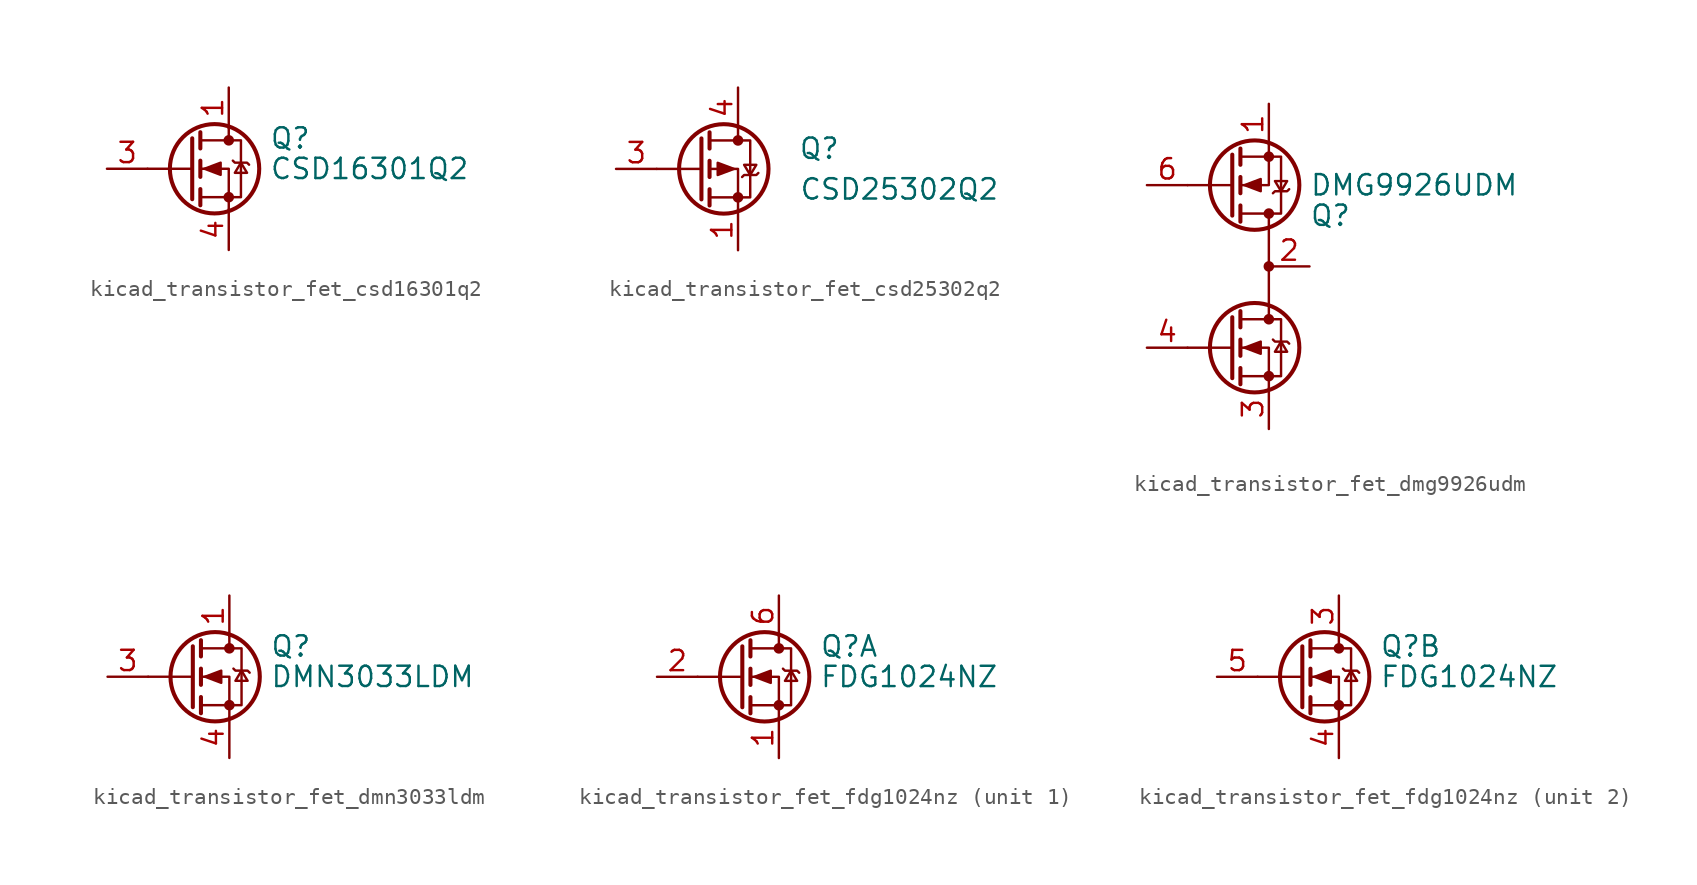
<source format=kicad_sym>
(kicad_symbol_lib
  (version 20220914)
  (generator kicad_symbol_editor)
  (symbol "kicad_transistor_fet_csd16301q2"
    (pin_names hide)
    (property "Reference" "Q"
      (at 5.08 1.905 0)
      (effects (font (size 1.27 1.27)) (justify left)))
    (property "Value" "CSD16301Q2"
      (at 5.08 0 0)
      (effects (font (size 1.27 1.27)) (justify left)))
    (symbol "kicad_transistor_fet_csd16301q2_0_1"
      (polyline (pts (xy 0.254 0) (xy -2.54 0)) (stroke (width 0) (type default)) (fill (type none)))
      (polyline (pts (xy 0.254 1.905) (xy 0.254 -1.905)) (stroke (width 0.254) (type default)) (fill (type none)))
      (polyline (pts (xy 0.762 -1.27) (xy 0.762 -2.286)) (stroke (width 0.254) (type default)) (fill (type none)))
      (polyline (pts (xy 0.762 0.508) (xy 0.762 -0.508)) (stroke (width 0.254) (type default)) (fill (type none)))
      (polyline (pts (xy 0.762 2.286) (xy 0.762 1.27)) (stroke (width 0.254) (type default)) (fill (type none)))
      (polyline (pts (xy 2.54 2.54) (xy 2.54 1.778)) (stroke (width 0) (type default)) (fill (type none)))
      (polyline (pts (xy 2.54 -2.54) (xy 2.54 0) (xy 0.762 0)) (stroke (width 0) (type default)) (fill (type none)))
      (polyline (pts (xy 0.762 -1.778) (xy 3.302 -1.778) (xy 3.302 1.778) (xy 0.762 1.778)) (stroke (width 0) (type default)) (fill (type none)))
      (polyline (pts (xy 1.016 0) (xy 2.032 0.381) (xy 2.032 -0.381) (xy 1.016 0)) (stroke (width 0) (type default)) (fill (type outline)))
      (polyline (pts (xy 2.794 0.508) (xy 2.921 0.381) (xy 3.683 0.381) (xy 3.81 0.254)) (stroke (width 0) (type default)) (fill (type none)))
      (polyline (pts (xy 3.302 0.381) (xy 2.921 -0.254) (xy 3.683 -0.254) (xy 3.302 0.381)) (stroke (width 0) (type default)) (fill (type none)))
      (circle (center 1.651 0) (radius 2.794) (stroke (width 0.254) (type default)) (fill (type none)))
      (circle (center 2.54 -1.778) (radius 0.254) (stroke (width 0) (type default)) (fill (type outline)))
      (circle (center 2.54 1.778) (radius 0.254) (stroke (width 0) (type default)) (fill (type outline))))
    (symbol "kicad_transistor_fet_csd16301q2_1_1"
      (pin passive line (at 2.54 5.08 270) (length 2.54) (name "D" (effects (font (size 1.27 1.27)))) (number "1" (effects (font (size 1.27 1.27)))))
      (pin passive line (at 2.54 5.08 270) (length 2.54) hide (name "D" (effects (font (size 1.27 1.27)))) (number "2" (effects (font (size 1.27 1.27)))))
      (pin passive line (at -5.08 0 0) (length 2.54) (name "G" (effects (font (size 1.27 1.27)))) (number "3" (effects (font (size 1.27 1.27)))))
      (pin passive line (at 2.54 -5.08 90) (length 2.54) (name "S" (effects (font (size 1.27 1.27)))) (number "4" (effects (font (size 1.27 1.27)))))
      (pin passive line (at 2.54 5.08 270) (length 2.54) hide (name "D" (effects (font (size 1.27 1.27)))) (number "5" (effects (font (size 1.27 1.27)))))
      (pin passive line (at 2.54 5.08 270) (length 2.54) hide (name "D" (effects (font (size 1.27 1.27)))) (number "6" (effects (font (size 1.27 1.27)))))
      (pin passive line (at 2.54 -5.08 90) (length 2.54) hide (name "S" (effects (font (size 1.27 1.27)))) (number "7" (effects (font (size 1.27 1.27)))))
      (pin passive line (at 2.54 5.08 270) (length 2.54) hide (name "D" (effects (font (size 1.27 1.27)))) (number "8" (effects (font (size 1.27 1.27)))))))
  (symbol "kicad_transistor_fet_csd25302q2"
    (pin_names hide)
    (property "Reference" "Q"
      (at 5.08 1.27 0)
      (effects (font (size 1.27 1.27))))
    (property "Value" "CSD25302Q2"
      (at 3.81 -1.27 0)
      (effects (font (size 1.27 1.27)) (justify left)))
    (symbol "kicad_transistor_fet_csd25302q2_0_1"
      (circle (center -0.889 0) (radius 2.794) (stroke (width 0.254) (type default)) (fill (type none)))
      (circle (center 0 -1.778) (radius 0.254) (stroke (width 0) (type default)) (fill (type outline)))
      (polyline (pts (xy -2.286 0) (xy -5.08 0)) (stroke (width 0) (type default)) (fill (type none)))
      (polyline (pts (xy -2.286 1.905) (xy -2.286 -1.905)) (stroke (width 0.254) (type default)) (fill (type none)))
      (polyline (pts (xy -1.778 -1.27) (xy -1.778 -2.286)) (stroke (width 0.254) (type default)) (fill (type none)))
      (polyline (pts (xy -1.778 0.508) (xy -1.778 -0.508)) (stroke (width 0.254) (type default)) (fill (type none)))
      (polyline (pts (xy -1.778 2.286) (xy -1.778 1.27)) (stroke (width 0.254) (type default)) (fill (type none)))
      (polyline (pts (xy 0 2.54) (xy 0 1.778)) (stroke (width 0) (type default)) (fill (type none)))
      (polyline (pts (xy 0 -2.54) (xy 0 0) (xy -1.778 0)) (stroke (width 0) (type default)) (fill (type none)))
      (polyline (pts (xy -1.778 1.778) (xy 0.762 1.778) (xy 0.762 -1.778) (xy -1.778 -1.778)) (stroke (width 0) (type default)) (fill (type none)))
      (polyline (pts (xy -0.254 0) (xy -1.27 0.381) (xy -1.27 -0.381) (xy -0.254 0)) (stroke (width 0) (type default)) (fill (type outline)))
      (polyline (pts (xy 0.254 -0.508) (xy 0.381 -0.381) (xy 1.143 -0.381) (xy 1.27 -0.254)) (stroke (width 0) (type default)) (fill (type none)))
      (polyline (pts (xy 0.762 -0.381) (xy 0.381 0.254) (xy 1.143 0.254) (xy 0.762 -0.381)) (stroke (width 0) (type default)) (fill (type none)))
      (circle (center 0 1.778) (radius 0.254) (stroke (width 0) (type default)) (fill (type outline))))
    (symbol "kicad_transistor_fet_csd25302q2_1_1"
      (pin passive line (at 0 -5.08 90) (length 2.54) (name "S" (effects (font (size 1.27 1.27)))) (number "1" (effects (font (size 1.27 1.27)))))
      (pin passive line (at 0 -5.08 90) (length 2.54) hide (name "S" (effects (font (size 1.27 1.27)))) (number "2" (effects (font (size 1.27 1.27)))))
      (pin passive line (at -7.62 0 0) (length 2.54) (name "G" (effects (font (size 1.27 1.27)))) (number "3" (effects (font (size 1.27 1.27)))))
      (pin passive line (at 0 5.08 270) (length 2.54) (name "D" (effects (font (size 1.27 1.27)))) (number "4" (effects (font (size 1.27 1.27)))))
      (pin passive line (at 0 -5.08 90) (length 2.54) hide (name "S" (effects (font (size 1.27 1.27)))) (number "5" (effects (font (size 1.27 1.27)))))
      (pin passive line (at 0 -5.08 90) (length 2.54) hide (name "S" (effects (font (size 1.27 1.27)))) (number "6" (effects (font (size 1.27 1.27)))))
      (pin passive line (at 0 5.08 270) (length 2.54) hide (name "D" (effects (font (size 1.27 1.27)))) (number "7" (effects (font (size 1.27 1.27)))))
      (pin passive line (at 0 -5.08 90) (length 2.54) hide (name "S" (effects (font (size 1.27 1.27)))) (number "8" (effects (font (size 1.27 1.27)))))))
  (symbol "kicad_transistor_fet_dmg9926udm"
    (pin_names hide)
    (property "Reference" "Q"
      (at 2.54 3.175 0)
      (effects (font (size 1.27 1.27)) (justify left)))
    (property "Value" "DMG9926UDM"
      (at 2.54 5.08 0)
      (effects (font (size 1.27 1.27)) (justify left)))
    (symbol "kicad_transistor_fet_dmg9926udm_0_1"
      (circle (center -0.889 5.08) (radius 2.794) (stroke (width 0.254) (type default)) (fill (type none)))
      (polyline (pts (xy -2.286 3.175) (xy -2.286 6.985)) (stroke (width 0.254) (type default)) (fill (type none)))
      (polyline (pts (xy -2.286 5.08) (xy -5.08 5.08)) (stroke (width 0) (type default)) (fill (type none)))
      (polyline (pts (xy -1.778 2.794) (xy -1.778 3.81)) (stroke (width 0.254) (type default)) (fill (type none)))
      (polyline (pts (xy -1.778 4.572) (xy -1.778 5.588)) (stroke (width 0.254) (type default)) (fill (type none)))
      (polyline (pts (xy -1.778 6.35) (xy -1.778 7.366)) (stroke (width 0.254) (type default)) (fill (type none)))
      (polyline (pts (xy 0 -3.302) (xy 0 3.302)) (stroke (width 0) (type default)) (fill (type none)))
      (polyline (pts (xy 0 7.62) (xy 0 5.08) (xy -1.778 5.08)) (stroke (width 0) (type default)) (fill (type none)))
      (polyline (pts (xy -1.778 6.858) (xy 0.762 6.858) (xy 0.762 3.302) (xy -1.778 3.302)) (stroke (width 0) (type default)) (fill (type none)))
      (polyline (pts (xy -1.524 5.08) (xy -0.508 4.699) (xy -0.508 5.461) (xy -1.524 5.08)) (stroke (width 0) (type default)) (fill (type outline)))
      (polyline (pts (xy 0.254 4.572) (xy 0.381 4.699) (xy 1.143 4.699) (xy 1.27 4.826)) (stroke (width 0) (type default)) (fill (type none)))
      (polyline (pts (xy 0.762 4.699) (xy 0.381 5.334) (xy 1.143 5.334) (xy 0.762 4.699)) (stroke (width 0) (type default)) (fill (type none)))
      (circle (center 0 3.302) (radius 0.254) (stroke (width 0) (type default)) (fill (type outline)))
      (circle (center 0 6.858) (radius 0.254) (stroke (width 0) (type default)) (fill (type outline))))
    (symbol "kicad_transistor_fet_dmg9926udm_1_1"
      (circle (center -0.889 -5.08) (radius 2.794) (stroke (width 0.254) (type default)) (fill (type none)))
      (circle (center 0 -6.858) (radius 0.254) (stroke (width 0) (type default)) (fill (type outline)))
      (circle (center 0 -3.302) (radius 0.254) (stroke (width 0) (type default)) (fill (type outline)))
      (polyline (pts (xy -2.286 -5.08) (xy -5.08 -5.08)) (stroke (width 0) (type default)) (fill (type none)))
      (polyline (pts (xy -2.286 -3.175) (xy -2.286 -6.985)) (stroke (width 0.254) (type default)) (fill (type none)))
      (polyline (pts (xy -1.778 -6.35) (xy -1.778 -7.366)) (stroke (width 0.254) (type default)) (fill (type none)))
      (polyline (pts (xy -1.778 -4.572) (xy -1.778 -5.588)) (stroke (width 0.254) (type default)) (fill (type none)))
      (polyline (pts (xy -1.778 -2.794) (xy -1.778 -3.81)) (stroke (width 0.254) (type default)) (fill (type none)))
      (polyline (pts (xy 0 -7.62) (xy 0 -5.08) (xy -1.778 -5.08)) (stroke (width 0) (type default)) (fill (type none)))
      (polyline (pts (xy -1.778 -6.858) (xy 0.762 -6.858) (xy 0.762 -3.302) (xy -1.778 -3.302)) (stroke (width 0) (type default)) (fill (type none)))
      (polyline (pts (xy -1.524 -5.08) (xy -0.508 -4.699) (xy -0.508 -5.461) (xy -1.524 -5.08)) (stroke (width 0) (type default)) (fill (type outline)))
      (polyline (pts (xy 0.254 -4.572) (xy 0.381 -4.699) (xy 1.143 -4.699) (xy 1.27 -4.826)) (stroke (width 0) (type default)) (fill (type none)))
      (polyline (pts (xy 0.762 -4.699) (xy 0.381 -5.334) (xy 1.143 -5.334) (xy 0.762 -4.699)) (stroke (width 0) (type default)) (fill (type none)))
      (circle (center 0 0) (radius 0.254) (stroke (width 0) (type default)) (fill (type outline)))
      (pin passive line (at 0 10.16 270) (length 2.54) (name "D1" (effects (font (size 1.27 1.27)))) (number "1" (effects (font (size 1.27 1.27)))))
      (pin passive line (at 2.54 0 180) (length 2.54) (name "S1/D2" (effects (font (size 1.27 1.27)))) (number "2" (effects (font (size 1.27 1.27)))))
      (pin passive line (at 0 -10.16 90) (length 2.54) (name "S2" (effects (font (size 1.27 1.27)))) (number "3" (effects (font (size 1.27 1.27)))))
      (pin input line (at -7.62 -5.08 0) (length 2.54) (name "G2" (effects (font (size 1.27 1.27)))) (number "4" (effects (font (size 1.27 1.27)))))
      (pin passive line (at 2.54 0 180) (length 2.54) hide (name "S1/D2" (effects (font (size 1.27 1.27)))) (number "5" (effects (font (size 1.27 1.27)))))
      (pin input line (at -7.62 5.08 0) (length 2.54) (name "G1" (effects (font (size 1.27 1.27)))) (number "6" (effects (font (size 1.27 1.27)))))))
  (symbol "kicad_transistor_fet_dmn3033ldm"
    (pin_names hide)
    (property "Reference" "Q"
      (at 5.08 1.905 0)
      (effects (font (size 1.27 1.27)) (justify left)))
    (property "Value" "DMN3033LDM"
      (at 5.08 0 0)
      (effects (font (size 1.27 1.27)) (justify left)))
    (symbol "kicad_transistor_fet_dmn3033ldm_0_1"
      (polyline (pts (xy 0.254 0) (xy -2.54 0)) (stroke (width 0) (type default)) (fill (type none)))
      (polyline (pts (xy 0.254 1.905) (xy 0.254 -1.905)) (stroke (width 0.254) (type default)) (fill (type none)))
      (polyline (pts (xy 0.762 -1.27) (xy 0.762 -2.286)) (stroke (width 0.254) (type default)) (fill (type none)))
      (polyline (pts (xy 0.762 0.508) (xy 0.762 -0.508)) (stroke (width 0.254) (type default)) (fill (type none)))
      (polyline (pts (xy 0.762 2.286) (xy 0.762 1.27)) (stroke (width 0.254) (type default)) (fill (type none)))
      (polyline (pts (xy 2.54 2.54) (xy 2.54 1.778)) (stroke (width 0) (type default)) (fill (type none)))
      (polyline (pts (xy 2.54 -2.54) (xy 2.54 0) (xy 0.762 0)) (stroke (width 0) (type default)) (fill (type none)))
      (polyline (pts (xy 0.762 -1.778) (xy 3.302 -1.778) (xy 3.302 1.778) (xy 0.762 1.778)) (stroke (width 0) (type default)) (fill (type none)))
      (polyline (pts (xy 1.016 0) (xy 2.032 0.381) (xy 2.032 -0.381) (xy 1.016 0)) (stroke (width 0) (type default)) (fill (type outline)))
      (polyline (pts (xy 2.794 0.508) (xy 2.921 0.381) (xy 3.683 0.381) (xy 3.81 0.254)) (stroke (width 0) (type default)) (fill (type none)))
      (polyline (pts (xy 3.302 0.381) (xy 2.921 -0.254) (xy 3.683 -0.254) (xy 3.302 0.381)) (stroke (width 0) (type default)) (fill (type none)))
      (circle (center 1.651 0) (radius 2.794) (stroke (width 0.254) (type default)) (fill (type none)))
      (circle (center 2.54 -1.778) (radius 0.254) (stroke (width 0) (type default)) (fill (type outline)))
      (circle (center 2.54 1.778) (radius 0.254) (stroke (width 0) (type default)) (fill (type outline))))
    (symbol "kicad_transistor_fet_dmn3033ldm_1_1"
      (pin passive line (at 2.54 5.08 270) (length 2.54) (name "D" (effects (font (size 1.27 1.27)))) (number "1" (effects (font (size 1.27 1.27)))))
      (pin passive line (at 2.54 5.08 270) (length 2.54) hide (name "D" (effects (font (size 1.27 1.27)))) (number "2" (effects (font (size 1.27 1.27)))))
      (pin input line (at -5.08 0 0) (length 2.54) (name "G" (effects (font (size 1.27 1.27)))) (number "3" (effects (font (size 1.27 1.27)))))
      (pin passive line (at 2.54 -5.08 90) (length 2.54) (name "S" (effects (font (size 1.27 1.27)))) (number "4" (effects (font (size 1.27 1.27)))))
      (pin passive line (at 2.54 5.08 270) (length 2.54) hide (name "D" (effects (font (size 1.27 1.27)))) (number "5" (effects (font (size 1.27 1.27)))))
      (pin passive line (at 2.54 5.08 270) (length 2.54) hide (name "D" (effects (font (size 1.27 1.27)))) (number "6" (effects (font (size 1.27 1.27)))))))
  (symbol "kicad_transistor_fet_fdg1024nz"
    (pin_names hide)
    (property "Reference" "Q"
      (at 5.08 1.905 0)
      (effects (font (size 1.27 1.27)) (justify left)))
    (property "Value" "FDG1024NZ"
      (at 5.08 0 0)
      (effects (font (size 1.27 1.27)) (justify left)))
    (symbol "kicad_transistor_fet_fdg1024nz_0_1"
      (polyline (pts (xy 0.254 0) (xy -2.54 0)) (stroke (width 0) (type default)) (fill (type none)))
      (polyline (pts (xy 0.254 1.905) (xy 0.254 -1.905)) (stroke (width 0.254) (type default)) (fill (type none)))
      (polyline (pts (xy 0.762 -1.27) (xy 0.762 -2.286)) (stroke (width 0.254) (type default)) (fill (type none)))
      (polyline (pts (xy 0.762 0.508) (xy 0.762 -0.508)) (stroke (width 0.254) (type default)) (fill (type none)))
      (polyline (pts (xy 0.762 2.286) (xy 0.762 1.27)) (stroke (width 0.254) (type default)) (fill (type none)))
      (polyline (pts (xy 2.54 2.54) (xy 2.54 1.778)) (stroke (width 0) (type default)) (fill (type none)))
      (polyline (pts (xy 2.54 -2.54) (xy 2.54 0) (xy 0.762 0)) (stroke (width 0) (type default)) (fill (type none)))
      (polyline (pts (xy 0.762 -1.778) (xy 3.302 -1.778) (xy 3.302 1.778) (xy 0.762 1.778)) (stroke (width 0) (type default)) (fill (type none)))
      (polyline (pts (xy 1.016 0) (xy 2.032 0.381) (xy 2.032 -0.381) (xy 1.016 0)) (stroke (width 0) (type default)) (fill (type outline)))
      (polyline (pts (xy 2.794 0.508) (xy 2.921 0.381) (xy 3.683 0.381) (xy 3.81 0.254)) (stroke (width 0) (type default)) (fill (type none)))
      (polyline (pts (xy 3.302 0.381) (xy 2.921 -0.254) (xy 3.683 -0.254) (xy 3.302 0.381)) (stroke (width 0) (type default)) (fill (type none)))
      (circle (center 1.651 0) (radius 2.794) (stroke (width 0.254) (type default)) (fill (type none)))
      (circle (center 2.54 -1.778) (radius 0.254) (stroke (width 0) (type default)) (fill (type outline)))
      (circle (center 2.54 1.778) (radius 0.254) (stroke (width 0) (type default)) (fill (type outline))))
    (symbol "kicad_transistor_fet_fdg1024nz_1_1"
      (pin passive line (at 2.54 -5.08 90) (length 2.54) (name "S" (effects (font (size 1.27 1.27)))) (number "1" (effects (font (size 1.27 1.27)))))
      (pin passive line (at -5.08 0 0) (length 2.54) (name "G" (effects (font (size 1.27 1.27)))) (number "2" (effects (font (size 1.27 1.27)))))
      (pin passive line (at 2.54 5.08 270) (length 2.54) (name "D" (effects (font (size 1.27 1.27)))) (number "6" (effects (font (size 1.27 1.27))))))
    (symbol "kicad_transistor_fet_fdg1024nz_2_1"
      (pin passive line (at 2.54 5.08 270) (length 2.54) (name "D" (effects (font (size 1.27 1.27)))) (number "3" (effects (font (size 1.27 1.27)))))
      (pin passive line (at 2.54 -5.08 90) (length 2.54) (name "S" (effects (font (size 1.27 1.27)))) (number "4" (effects (font (size 1.27 1.27)))))
      (pin passive line (at -5.08 0 0) (length 2.54) (name "G" (effects (font (size 1.27 1.27)))) (number "5" (effects (font (size 1.27 1.27))))))))
</source>
